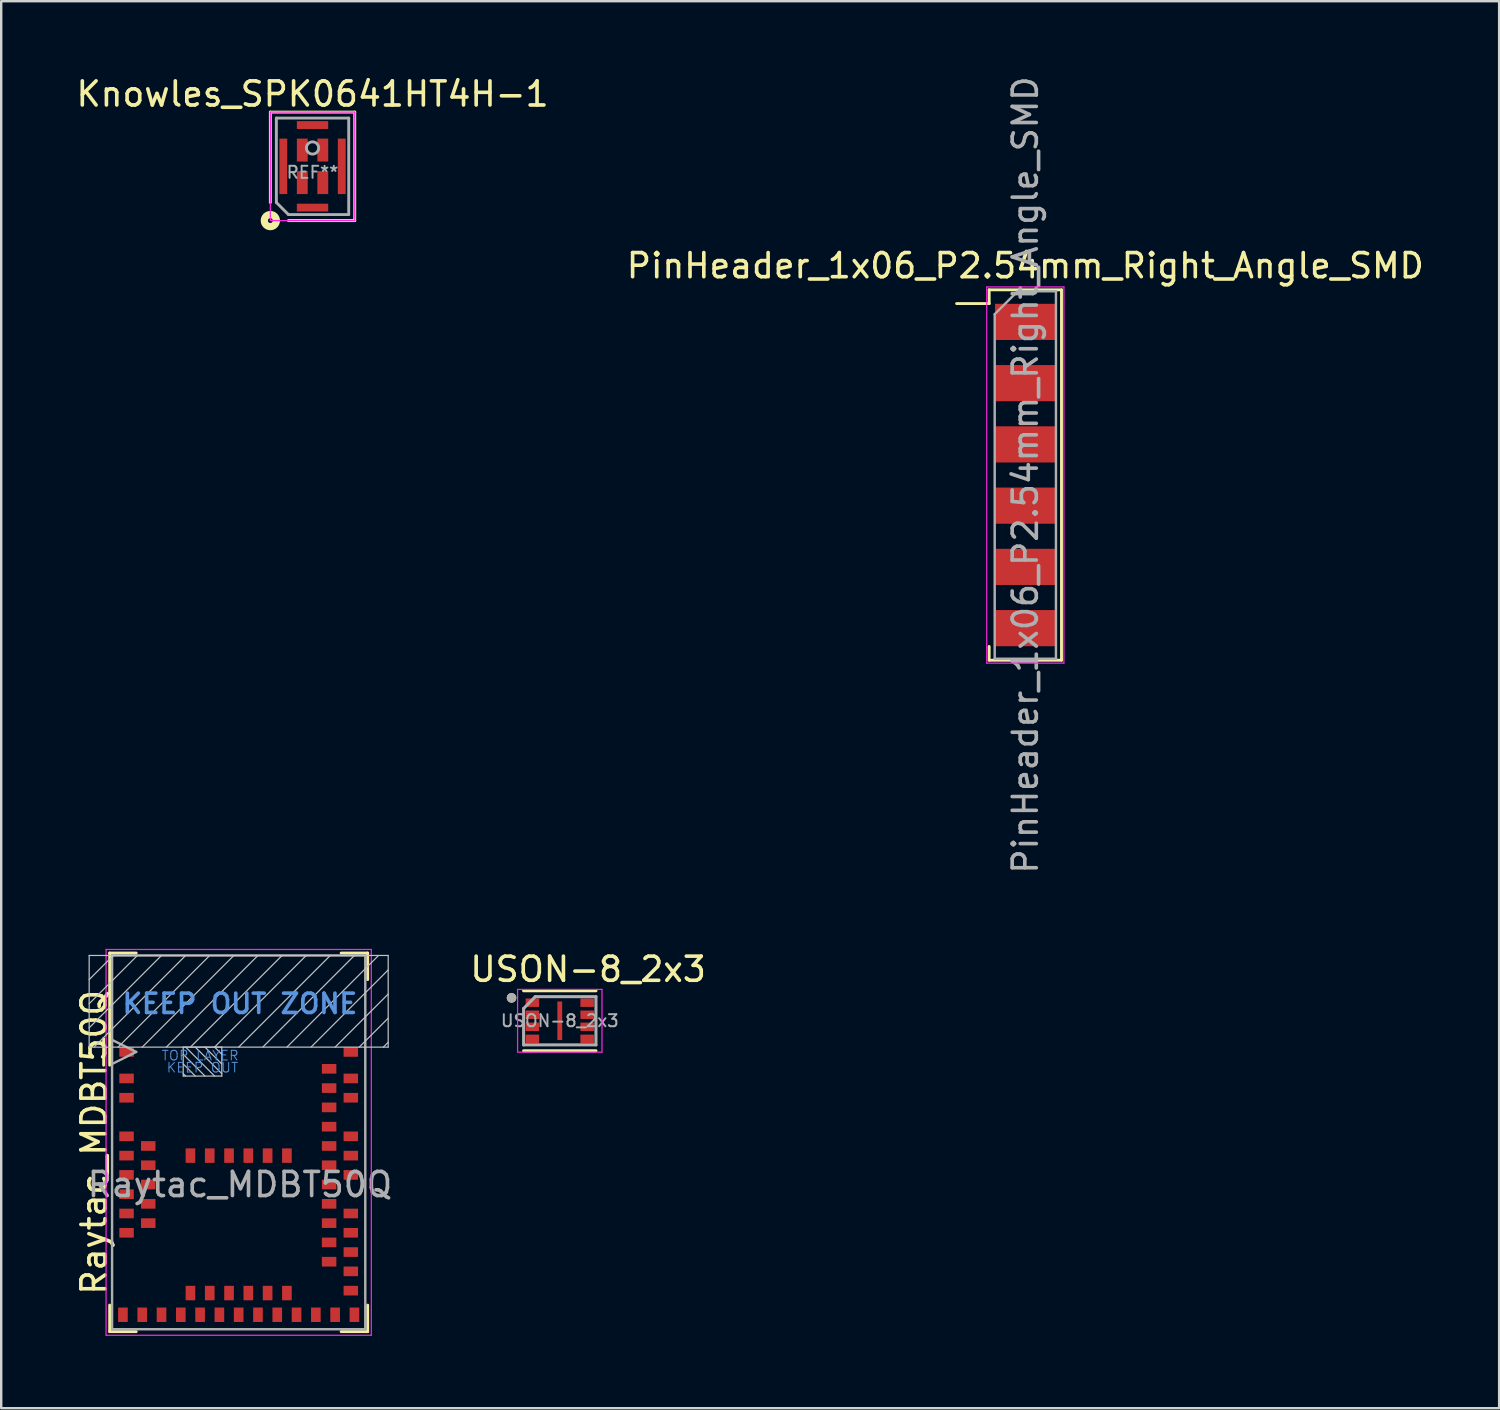
<source format=kicad_pcb>
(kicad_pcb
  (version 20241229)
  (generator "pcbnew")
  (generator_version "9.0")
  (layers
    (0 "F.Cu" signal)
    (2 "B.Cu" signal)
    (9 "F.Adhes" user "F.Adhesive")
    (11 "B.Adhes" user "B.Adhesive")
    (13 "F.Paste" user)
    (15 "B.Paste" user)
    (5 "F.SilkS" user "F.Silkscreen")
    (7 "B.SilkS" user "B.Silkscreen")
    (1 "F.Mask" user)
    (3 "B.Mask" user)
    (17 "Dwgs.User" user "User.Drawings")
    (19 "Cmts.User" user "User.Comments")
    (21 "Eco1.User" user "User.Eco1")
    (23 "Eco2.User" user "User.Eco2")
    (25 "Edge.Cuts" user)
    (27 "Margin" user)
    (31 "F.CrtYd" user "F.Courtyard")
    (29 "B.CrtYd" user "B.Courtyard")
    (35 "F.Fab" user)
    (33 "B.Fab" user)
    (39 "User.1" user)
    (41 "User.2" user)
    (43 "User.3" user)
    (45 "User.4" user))
  (footprint "USON-8_2x3"
    (layer "F.Cu")
    (at 20.164 39.281)
    (property "Reference" "USON-8_2x3" (at 1.175 -2.135 0) (layer "F.SilkS") (effects (font (size 1 1) (thickness 0.15))))
    (attr through_hole)
    (fp_line (start -1.5 -1.245) (end 1.5 -1.245) (stroke (width 0.127) (type solid)) (layer "F.SilkS"))
    (fp_line (start -1.5 1.245) (end 1.5 1.245) (stroke (width 0.127) (type solid)) (layer "F.SilkS"))
    (fp_circle (center -2 -0.95) (end -1.9 -0.95) (stroke (width 0.2) (type solid)) (fill no) (layer "F.SilkS"))
    (fp_poly (pts (xy -0.063 -0.505) (xy 0.063 -0.505) (xy 0.063 0.505) (xy -0.063 0.505)) (stroke (width 0.01) (type solid)) (fill yes) (layer "F.Paste"))
    (fp_line (start -1.75 -1.3) (end -1.75 1.3) (stroke (width 0.05) (type solid)) (layer "F.CrtYd"))
    (fp_line (start -1.75 -1.3) (end 1.75 -1.3) (stroke (width 0.05) (type solid)) (layer "F.CrtYd"))
    (fp_line (start -1.75 1.3) (end 1.75 1.3) (stroke (width 0.05) (type solid)) (layer "F.CrtYd"))
    (fp_line (start 1.75 -1.3) (end 1.75 1.3) (stroke (width 0.05) (type solid)) (layer "F.CrtYd"))
    (fp_line (start -1.5 -0.508) (end -1.5 1) (stroke (width 0.127) (type solid)) (layer "F.Fab"))
    (fp_line (start -1.5 1) (end 1.5 1) (stroke (width 0.127) (type solid)) (layer "F.Fab"))
    (fp_line (start -1.016 -1) (end -1.5 -0.508) (stroke (width 0.127) (type solid)) (layer "F.Fab"))
    (fp_line (start -1.016 -1) (end 1.5 -1) (stroke (width 0.127) (type solid)) (layer "F.Fab"))
    (fp_line (start 1.5 -1) (end 1.5 1) (stroke (width 0.127) (type solid)) (layer "F.Fab"))
    (fp_circle (center -2 -0.95) (end -1.9 -0.95) (stroke (width 0.2) (type solid)) (fill no) (layer "F.Fab"))
    (fp_text user "${REFERENCE}" (at 0 0 0) (layer "F.Fab") (effects (font (size 0.5 0.5) (thickness 0.08))))
    (pad "1" smd rect (at -1.135 -0.75) (size 0.56 0.35) (layers "F.Cu" "F.Mask" "F.Paste"))
    (pad "2" smd rect (at -1.135 -0.25) (size 0.56 0.35) (layers "F.Cu" "F.Mask" "F.Paste"))
    (pad "3" smd rect (at -1.135 0.25) (size 0.56 0.35) (layers "F.Cu" "F.Mask" "F.Paste"))
    (pad "4" smd rect (at -1.135 0.75) (size 0.56 0.35) (layers "F.Cu" "F.Mask" "F.Paste"))
    (pad "5" smd rect (at 1.135 0.75) (size 0.56 0.35) (layers "F.Cu" "F.Mask" "F.Paste"))
    (pad "6" smd rect (at 1.135 0.25) (size 0.56 0.35) (layers "F.Cu" "F.Mask" "F.Paste"))
    (pad "7" smd rect (at 1.135 -0.25) (size 0.56 0.35) (layers "F.Cu" "F.Mask" "F.Paste"))
    (pad "8" smd rect (at 1.135 -0.75) (size 0.56 0.35) (layers "F.Cu" "F.Mask" "F.Paste"))
    (pad "9" smd rect (at 0 0) (size 0.2 1.6) (layers "F.Cu" "F.Mask")))
  (footprint "PinHeader_1x06_P2.54mm_Right_Angle_SMD"
    (layer "F.Cu")
    (at 39.47 16.649)
    (property "Reference" "PinHeader_1x06_P2.54mm_Right_Angle_SMD" (at 0 -8.68 0) (layer "F.SilkS") (effects (font (size 1 1) (thickness 0.15))))
    (attr smd)
    (fp_line (start -1.5 -7.68) (end -1.5 -7.11) (stroke (width 0.12) (type solid)) (layer "F.SilkS"))
    (fp_line (start -1.5 -7.68) (end 1.5 -7.68) (stroke (width 0.12) (type solid)) (layer "F.SilkS"))
    (fp_line (start -1.5 -7.11) (end -2.85 -7.11) (stroke (width 0.12) (type solid)) (layer "F.SilkS"))
    (fp_line (start -1.5 7.11) (end -1.5 7.68) (stroke (width 0.12) (type solid)) (layer "F.SilkS"))
    (fp_line (start -1.5 7.68) (end 1.5 7.68) (stroke (width 0.12) (type solid)) (layer "F.SilkS"))
    (fp_line (start 1.5 -7.68) (end 1.5 7.68) (stroke (width 0.12) (type solid)) (layer "F.SilkS"))
    (fp_line (start -1.6 -7.8) (end -1.6 7.8) (stroke (width 0.05) (type solid)) (layer "F.CrtYd"))
    (fp_line (start -1.6 7.8) (end 1.6 7.8) (stroke (width 0.05) (type solid)) (layer "F.CrtYd"))
    (fp_line (start 1.6 -7.8) (end -1.6 -7.8) (stroke (width 0.05) (type solid)) (layer "F.CrtYd"))
    (fp_line (start 1.6 7.8) (end 1.6 -7.8) (stroke (width 0.05) (type solid)) (layer "F.CrtYd"))
    (fp_line (start -1.27 -6.67) (end -0.32 -7.62) (stroke (width 0.1) (type solid)) (layer "F.Fab"))
    (fp_line (start -1.27 7.62) (end -1.27 -6.67) (stroke (width 0.1) (type solid)) (layer "F.Fab"))
    (fp_line (start -0.32 -7.62) (end 1.27 -7.62) (stroke (width 0.1) (type solid)) (layer "F.Fab"))
    (fp_line (start 1.27 -7.62) (end 1.27 7.62) (stroke (width 0.1) (type solid)) (layer "F.Fab"))
    (fp_line (start 1.27 7.62) (end -1.27 7.62) (stroke (width 0.1) (type solid)) (layer "F.Fab"))
    (fp_text user "${REFERENCE}" (at 0 0 90) (layer "F.Fab") (effects (font (size 1 1) (thickness 0.15))))
    (pad "1" smd rect (at 0 -6.35) (size 2.51 1.5) (layers "F.Cu" "F.Mask" "F.Paste"))
    (pad "2" smd rect (at 0 -3.81) (size 2.51 1.5) (layers "F.Cu" "F.Mask" "F.Paste"))
    (pad "3" smd rect (at 0 -1.27) (size 2.51 1.5) (layers "F.Cu" "F.Mask" "F.Paste"))
    (pad "4" smd rect (at 0 1.27) (size 2.51 1.5) (layers "F.Cu" "F.Mask" "F.Paste"))
    (pad "5" smd rect (at 0 3.81) (size 2.51 1.5) (layers "F.Cu" "F.Mask" "F.Paste"))
    (pad "6" smd rect (at 0 6.35) (size 2.51 1.5) (layers "F.Cu" "F.Mask" "F.Paste")))
  (footprint "Raytac_MDBT50Q"
    (layer "F.Cu")
    (at 6.848 44.323)
    (property "Reference" "Raytac_MDBT50Q" (at -6 0 270) (layer "F.SilkS") (effects (font (size 1 1) (thickness 0.15))))
    (attr smd)
    (fp_line (start -5.6 -4.3) (end -5.6 -3.2) (stroke (width 0.12) (type solid)) (layer "F.SilkS"))
    (fp_line (start -5.35 -7.85) (end -5.35 -3.2) (stroke (width 0.12) (type solid)) (layer "F.SilkS"))
    (fp_line (start -5.35 6.75) (end -5.35 7.85) (stroke (width 0.12) (type solid)) (layer "F.SilkS"))
    (fp_line (start -5.35 7.85) (end -4.25 7.85) (stroke (width 0.12) (type solid)) (layer "F.SilkS"))
    (fp_line (start -4.25 -7.85) (end -5.35 -7.85) (stroke (width 0.12) (type solid)) (layer "F.SilkS"))
    (fp_line (start 4.25 -7.85) (end 5.35 -7.85) (stroke (width 0.12) (type solid)) (layer "F.SilkS"))
    (fp_line (start 5.35 -7.85) (end 5.35 -6.75) (stroke (width 0.12) (type solid)) (layer "F.SilkS"))
    (fp_line (start 5.35 6.75) (end 5.35 7.85) (stroke (width 0.12) (type solid)) (layer "F.SilkS"))
    (fp_line (start 5.35 7.85) (end 4.25 7.85) (stroke (width 0.12) (type solid)) (layer "F.SilkS"))
    (fp_line (start -6.2 -7.75) (end 6.2 -7.75) (stroke (width 0.05) (type solid)) (layer "Dwgs.User"))
    (fp_line (start -6.2 -3.95) (end -6.2 -7.75) (stroke (width 0.05) (type solid)) (layer "Dwgs.User"))
    (fp_line (start -6.2 -3.95) (end 6.2 -3.95) (stroke (width 0.05) (type solid)) (layer "Dwgs.User"))
    (fp_line (start -5.2 -7.75) (end -6.2 -6.75) (stroke (width 0.05) (type solid)) (layer "Dwgs.User"))
    (fp_line (start -4.2 -7.75) (end -6.2 -5.75) (stroke (width 0.05) (type solid)) (layer "Dwgs.User"))
    (fp_line (start -4 -3.95) (end -0.2 -7.75) (stroke (width 0.05) (type solid)) (layer "Dwgs.User"))
    (fp_line (start -3.2 -7.75) (end -6.2 -4.75) (stroke (width 0.05) (type solid)) (layer "Dwgs.User"))
    (fp_line (start -2.3 -3.95) (end -2.3 -2.75) (stroke (width 0.05) (type solid)) (layer "Dwgs.User"))
    (fp_line (start -2.3 -3.95) (end -0.7 -3.95) (stroke (width 0.05) (type solid)) (layer "Dwgs.User"))
    (fp_line (start -2.3 -3.65) (end -1.4 -2.75) (stroke (width 0.05) (type solid)) (layer "Dwgs.User"))
    (fp_line (start -2.3 -3.25) (end -1.8 -2.75) (stroke (width 0.05) (type solid)) (layer "Dwgs.User"))
    (fp_line (start -2.3 -2.85) (end -2.2 -2.75) (stroke (width 0.05) (type solid)) (layer "Dwgs.User"))
    (fp_line (start -2.2 -7.75) (end -6 -3.95) (stroke (width 0.05) (type solid)) (layer "Dwgs.User"))
    (fp_line (start -2.2 -3.95) (end -1 -2.75) (stroke (width 0.05) (type solid)) (layer "Dwgs.User"))
    (fp_line (start -2 -3.95) (end 1.8 -7.75) (stroke (width 0.05) (type solid)) (layer "Dwgs.User"))
    (fp_line (start -1.8 -3.95) (end -0.7 -2.85) (stroke (width 0.05) (type solid)) (layer "Dwgs.User"))
    (fp_line (start -1.4 -3.95) (end -0.7 -3.25) (stroke (width 0.05) (type solid)) (layer "Dwgs.User"))
    (fp_line (start -1.2 -7.75) (end -5 -3.95) (stroke (width 0.05) (type solid)) (layer "Dwgs.User"))
    (fp_line (start -1 -3.95) (end -0.7 -3.65) (stroke (width 0.05) (type solid)) (layer "Dwgs.User"))
    (fp_line (start -0.7 -3.95) (end -0.7 -2.75) (stroke (width 0.05) (type solid)) (layer "Dwgs.User"))
    (fp_line (start -0.7 -2.75) (end -2.3 -2.75) (stroke (width 0.05) (type solid)) (layer "Dwgs.User"))
    (fp_line (start 0.8 -7.75) (end -3 -3.95) (stroke (width 0.05) (type solid)) (layer "Dwgs.User"))
    (fp_line (start 2.8 -7.75) (end -1 -3.95) (stroke (width 0.05) (type solid)) (layer "Dwgs.User"))
    (fp_line (start 3.8 -7.75) (end 0 -3.95) (stroke (width 0.05) (type solid)) (layer "Dwgs.User"))
    (fp_line (start 4 -3.95) (end 6.2 -6.15) (stroke (width 0.05) (type solid)) (layer "Dwgs.User"))
    (fp_line (start 4.8 -7.75) (end 1 -3.95) (stroke (width 0.05) (type solid)) (layer "Dwgs.User"))
    (fp_line (start 5 -3.95) (end 6.2 -5.15) (stroke (width 0.05) (type solid)) (layer "Dwgs.User"))
    (fp_line (start 5.8 -7.75) (end 2 -3.95) (stroke (width 0.05) (type solid)) (layer "Dwgs.User"))
    (fp_line (start 6 -3.95) (end 6.2 -4.15) (stroke (width 0.05) (type solid)) (layer "Dwgs.User"))
    (fp_line (start 6.2 -7.75) (end 6.2 -3.95) (stroke (width 0.05) (type solid)) (layer "Dwgs.User"))
    (fp_line (start 6.2 -7.15) (end 3 -3.95) (stroke (width 0.05) (type solid)) (layer "Dwgs.User"))
    (fp_line (start -5.5 -8) (end -5.5 8) (stroke (width 0.05) (type solid)) (layer "F.CrtYd"))
    (fp_line (start -5.5 -8) (end 5.5 -8) (stroke (width 0.05) (type solid)) (layer "F.CrtYd"))
    (fp_line (start -5.5 8) (end 5.5 8) (stroke (width 0.05) (type solid)) (layer "F.CrtYd"))
    (fp_line (start 5.5 -8) (end 5.5 8) (stroke (width 0.05) (type solid)) (layer "F.CrtYd"))
    (fp_line (start -5.25 -7.75) (end 5.25 -7.75) (stroke (width 0.1) (type solid)) (layer "F.Fab"))
    (fp_line (start -5.25 7.75) (end -5.25 -7.75) (stroke (width 0.1) (type solid)) (layer "F.Fab"))
    (fp_line (start -4.25 -3.75) (end -5.25 -4.25) (stroke (width 0.1) (type solid)) (layer "F.Fab"))
    (fp_line (start -4.25 -3.75) (end -5.25 -3.25) (stroke (width 0.1) (type solid)) (layer "F.Fab"))
    (fp_line (start 5.25 -7.75) (end 5.25 7.75) (stroke (width 0.1) (type solid)) (layer "F.Fab"))
    (fp_line (start 5.25 7.75) (end -5.25 7.75) (stroke (width 0.1) (type solid)) (layer "F.Fab"))
    (fp_text user "TOP LAYER" (at -1.6 -3.6 0) (layer "Cmts.User") (effects (font (size 0.4 0.4) (thickness 0.04))))
    (fp_text user "KEEP OUT ZONE" (at 0.05 -5.75 0) (layer "Cmts.User") (effects (font (size 0.8 0.8) (thickness 0.15))))
    (fp_text user "KEEP OUT" (at -1.5 -3.1 0) (layer "Cmts.User") (effects (font (size 0.4 0.4) (thickness 0.04))))
    (fp_text user "${REFERENCE}" (at 0.05 1.75 0) (layer "F.Fab") (effects (font (size 1 1) (thickness 0.15))))
    (pad "1" smd rect (at -4.65 -3.75) (size 0.6 0.4) (layers "F.Cu" "F.Mask" "F.Paste"))
    (pad "2" smd rect (at -4.65 -2.65) (size 0.6 0.4) (layers "F.Cu" "F.Mask" "F.Paste"))
    (pad "3" smd rect (at -4.65 -1.85) (size 0.6 0.4) (layers "F.Cu" "F.Mask" "F.Paste"))
    (pad "4" smd rect (at -4.65 -0.25) (size 0.6 0.4) (layers "F.Cu" "F.Mask" "F.Paste"))
    (pad "5" smd rect (at -3.75 0.15) (size 0.6 0.4) (layers "F.Cu" "F.Mask" "F.Paste"))
    (pad "6" smd rect (at -4.65 0.55) (size 0.6 0.4) (layers "F.Cu" "F.Mask" "F.Paste"))
    (pad "7" smd rect (at -3.75 0.95) (size 0.6 0.4) (layers "F.Cu" "F.Mask" "F.Paste"))
    (pad "8" smd rect (at -4.65 1.35) (size 0.6 0.4) (layers "F.Cu" "F.Mask" "F.Paste"))
    (pad "9" smd rect (at -3.75 1.75) (size 0.6 0.4) (layers "F.Cu" "F.Mask" "F.Paste"))
    (pad "10" smd rect (at -4.65 2.15) (size 0.6 0.4) (layers "F.Cu" "F.Mask" "F.Paste"))
    (pad "11" smd rect (at -3.75 2.55) (size 0.6 0.4) (layers "F.Cu" "F.Mask" "F.Paste"))
    (pad "12" smd rect (at -4.65 2.95) (size 0.6 0.4) (layers "F.Cu" "F.Mask" "F.Paste"))
    (pad "13" smd rect (at -3.75 3.35) (size 0.6 0.4) (layers "F.Cu" "F.Mask" "F.Paste"))
    (pad "14" smd rect (at -4.65 3.75) (size 0.6 0.4) (layers "F.Cu" "F.Mask" "F.Paste"))
    (pad "15" smd rect (at -4.8 7.15 90) (size 0.6 0.4) (layers "F.Cu" "F.Mask" "F.Paste"))
    (pad "16" smd rect (at -4 7.15 90) (size 0.6 0.4) (layers "F.Cu" "F.Mask" "F.Paste"))
    (pad "17" smd rect (at -3.2 7.15 90) (size 0.6 0.4) (layers "F.Cu" "F.Mask" "F.Paste"))
    (pad "18" smd rect (at -2.4 7.15 90) (size 0.6 0.4) (layers "F.Cu" "F.Mask" "F.Paste"))
    (pad "19" smd rect (at -2 6.25 90) (size 0.6 0.4) (layers "F.Cu" "F.Mask" "F.Paste"))
    (pad "20" smd rect (at -1.6 7.15 90) (size 0.6 0.4) (layers "F.Cu" "F.Mask" "F.Paste"))
    (pad "21" smd rect (at -1.2 6.25 90) (size 0.6 0.4) (layers "F.Cu" "F.Mask" "F.Paste"))
    (pad "22" smd rect (at -0.8 7.15 90) (size 0.6 0.4) (layers "F.Cu" "F.Mask" "F.Paste"))
    (pad "23" smd rect (at -0.4 6.25 90) (size 0.6 0.4) (layers "F.Cu" "F.Mask" "F.Paste"))
    (pad "24" smd rect (at 0 7.15 90) (size 0.6 0.4) (layers "F.Cu" "F.Mask" "F.Paste"))
    (pad "25" smd rect (at 0.4 6.25 90) (size 0.6 0.4) (layers "F.Cu" "F.Mask" "F.Paste"))
    (pad "26" smd rect (at 0.8 7.15 90) (size 0.6 0.4) (layers "F.Cu" "F.Mask" "F.Paste"))
    (pad "27" smd rect (at 1.2 6.25 90) (size 0.6 0.4) (layers "F.Cu" "F.Mask" "F.Paste"))
    (pad "28" smd rect (at 1.6 7.15 90) (size 0.6 0.4) (layers "F.Cu" "F.Mask" "F.Paste"))
    (pad "29" smd rect (at 2 6.25 90) (size 0.6 0.4) (layers "F.Cu" "F.Mask" "F.Paste"))
    (pad "30" smd rect (at 2.4 7.15 90) (size 0.6 0.4) (layers "F.Cu" "F.Mask" "F.Paste"))
    (pad "31" smd rect (at 3.2 7.15 90) (size 0.6 0.4) (layers "F.Cu" "F.Mask" "F.Paste"))
    (pad "32" smd rect (at 4 7.15 90) (size 0.6 0.4) (layers "F.Cu" "F.Mask" "F.Paste"))
    (pad "33" smd rect (at 4.8 7.15 90) (size 0.6 0.4) (layers "F.Cu" "F.Mask" "F.Paste"))
    (pad "34" smd rect (at 4.65 6.15) (size 0.6 0.4) (layers "F.Cu" "F.Mask" "F.Paste"))
    (pad "35" smd rect (at 4.65 5.35) (size 0.6 0.4) (layers "F.Cu" "F.Mask" "F.Paste"))
    (pad "36" smd rect (at 3.75 4.95) (size 0.6 0.4) (layers "F.Cu" "F.Mask" "F.Paste"))
    (pad "37" smd rect (at 4.65 4.55) (size 0.6 0.4) (layers "F.Cu" "F.Mask" "F.Paste"))
    (pad "38" smd rect (at 3.75 4.15) (size 0.6 0.4) (layers "F.Cu" "F.Mask" "F.Paste"))
    (pad "39" smd rect (at 4.65 3.75) (size 0.6 0.4) (layers "F.Cu" "F.Mask" "F.Paste"))
    (pad "40" smd rect (at 3.75 3.35) (size 0.6 0.4) (layers "F.Cu" "F.Mask" "F.Paste"))
    (pad "41" smd rect (at 4.65 2.95) (size 0.6 0.4) (layers "F.Cu" "F.Mask" "F.Paste"))
    (pad "42" smd rect (at 3.75 2.55) (size 0.6 0.4) (layers "F.Cu" "F.Mask" "F.Paste"))
    (pad "43" smd rect (at 3.75 1.75) (size 0.6 0.4) (layers "F.Cu" "F.Mask" "F.Paste"))
    (pad "44" smd rect (at 4.65 1.35) (size 0.6 0.4) (layers "F.Cu" "F.Mask" "F.Paste"))
    (pad "45" smd rect (at 3.75 0.95) (size 0.6 0.4) (layers "F.Cu" "F.Mask" "F.Paste"))
    (pad "46" smd rect (at 4.65 0.55) (size 0.6 0.4) (layers "F.Cu" "F.Mask" "F.Paste"))
    (pad "47" smd rect (at 3.75 0.15) (size 0.6 0.4) (layers "F.Cu" "F.Mask" "F.Paste"))
    (pad "48" smd rect (at 4.65 -0.25) (size 0.6 0.4) (layers "F.Cu" "F.Mask" "F.Paste"))
    (pad "49" smd rect (at 3.75 -0.65) (size 0.6 0.4) (layers "F.Cu" "F.Mask" "F.Paste"))
    (pad "50" smd rect (at 3.75 -1.45) (size 0.6 0.4) (layers "F.Cu" "F.Mask" "F.Paste"))
    (pad "51" smd rect (at 4.65 -1.85) (size 0.6 0.4) (layers "F.Cu" "F.Mask" "F.Paste"))
    (pad "52" smd rect (at 3.75 -2.25) (size 0.6 0.4) (layers "F.Cu" "F.Mask" "F.Paste"))
    (pad "53" smd rect (at 4.65 -2.65) (size 0.6 0.4) (layers "F.Cu" "F.Mask" "F.Paste"))
    (pad "54" smd rect (at 3.75 -3.05) (size 0.6 0.4) (layers "F.Cu" "F.Mask" "F.Paste"))
    (pad "55" smd rect (at 4.65 -3.75) (size 0.6 0.4) (layers "F.Cu" "F.Mask" "F.Paste"))
    (pad "56" smd rect (at -2 0.55 90) (size 0.6 0.4) (layers "F.Cu" "F.Mask" "F.Paste"))
    (pad "57" smd rect (at -1.2 0.55 90) (size 0.6 0.4) (layers "F.Cu" "F.Mask" "F.Paste"))
    (pad "58" smd rect (at -0.4 0.55 90) (size 0.6 0.4) (layers "F.Cu" "F.Mask" "F.Paste"))
    (pad "59" smd rect (at 0.4 0.55 90) (size 0.6 0.4) (layers "F.Cu" "F.Mask" "F.Paste"))
    (pad "60" smd rect (at 1.2 0.55 90) (size 0.6 0.4) (layers "F.Cu" "F.Mask" "F.Paste"))
    (pad "61" smd rect (at 2 0.55 90) (size 0.6 0.4) (layers "F.Cu" "F.Mask" "F.Paste")))
  (footprint "Knowles_SPK0641HT4H-1"
    (layer "F.Cu")
    (at 9.911 3.848)
    (property "Reference" "Knowles_SPK0641HT4H-1" (at 0 -3 0) (layer "F.SilkS") (effects (font (size 1 1) (thickness 0.15))))
    (attr through_hole)
    (fp_line (start -1.75 -2.25) (end -1.75 1.5) (stroke (width 0.12) (type solid)) (layer "F.SilkS"))
    (fp_line (start -1 2.25) (end 1.75 2.25) (stroke (width 0.12) (type solid)) (layer "F.SilkS"))
    (fp_line (start 1.75 -2.25) (end -1.75 -2.25) (stroke (width 0.12) (type solid)) (layer "F.SilkS"))
    (fp_line (start 1.75 2.25) (end 1.75 -2.25) (stroke (width 0.12) (type solid)) (layer "F.SilkS"))
    (fp_circle (center -1.75 2.25) (end -1.65 2.25) (stroke (width 0.3) (type solid)) (fill no) (layer "F.SilkS"))
    (fp_line (start -1.75 -2.25) (end 1.75 -2.25) (stroke (width 0.05) (type solid)) (layer "F.CrtYd"))
    (fp_line (start -1.75 2.25) (end -1.75 -2.25) (stroke (width 0.05) (type solid)) (layer "F.CrtYd"))
    (fp_line (start 1.75 -2.25) (end 1.75 2.25) (stroke (width 0.05) (type solid)) (layer "F.CrtYd"))
    (fp_line (start 1.75 2.25) (end -1.75 2.25) (stroke (width 0.05) (type solid)) (layer "F.CrtYd"))
    (fp_line (start -1.5 -2) (end 1.5 -2) (stroke (width 0.12) (type solid)) (layer "F.Fab"))
    (fp_line (start -1.5 1.5) (end -1.5 -2) (stroke (width 0.12) (type solid)) (layer "F.Fab"))
    (fp_line (start -1 2) (end -1.5 1.5) (stroke (width 0.12) (type solid)) (layer "F.Fab"))
    (fp_line (start 1.5 -2) (end 1.5 2) (stroke (width 0.12) (type solid)) (layer "F.Fab"))
    (fp_line (start 1.5 2) (end -1 2) (stroke (width 0.12) (type solid)) (layer "F.Fab"))
    (fp_circle (center 0 -0.762) (end 0.254 -0.762) (stroke (width 0.12) (type solid)) (fill no) (layer "F.Fab"))
    (fp_text user "REF**" (at 0 0.25 0) (layer "F.Fab") (effects (font (size 0.5 0.5) (thickness 0.08))))
    (pad "1" smd rect (at -0.425 0.675) (size 0.45 0.95) (layers "F.Cu" "F.Mask" "F.Paste"))
    (pad "2" smd rect (at -0.425 -0.675) (size 0.45 0.95) (layers "F.Cu" "F.Mask" "F.Paste"))
    (pad "3" smd rect (at 0.425 -0.675) (size 0.45 0.95) (layers "F.Cu" "F.Mask" "F.Paste"))
    (pad "4" smd rect (at 0.425 0.675) (size 0.45 0.95) (layers "F.Cu" "F.Mask" "F.Paste"))
    (pad "5" smd rect (at 0 1.712) (size 1.3 0.325) (layers "F.Cu" "F.Mask" "F.Paste"))
    (pad "6" smd rect (at -1.212 0) (size 0.325 2.3) (layers "F.Cu" "F.Mask" "F.Paste"))
    (pad "7" smd rect (at 0 -1.712) (size 1.3 0.325) (layers "F.Cu" "F.Mask" "F.Paste"))
    (pad "8" smd rect (at 1.212 0) (size 0.325 2.3) (layers "F.Cu" "F.Mask" "F.Paste")))
  (gr_rect
    (start -3 -3)
    (end 59.119 55.348)
    (stroke (width 0.1) (type default))
    (fill no)
    (layer "Edge.Cuts")))
</source>
